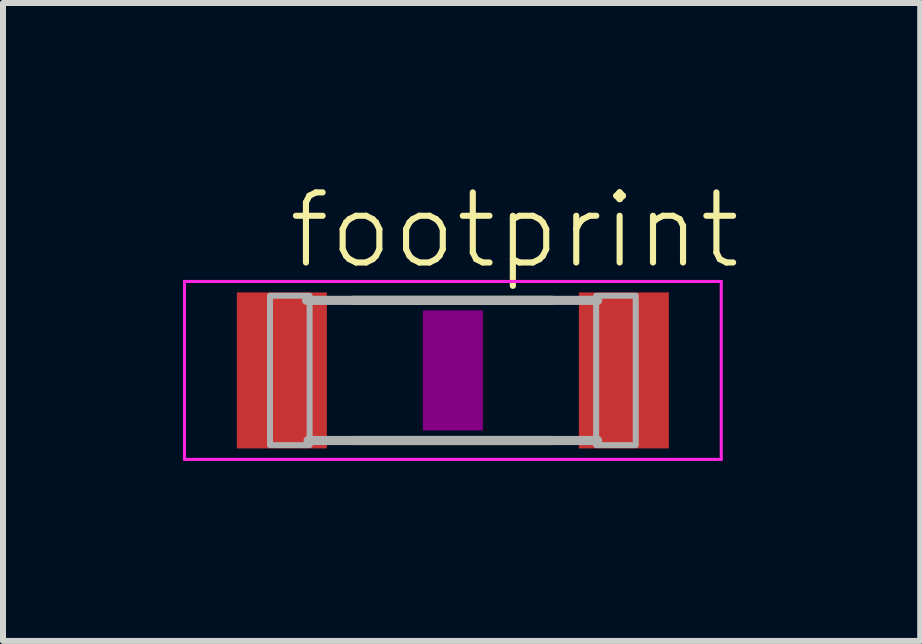
<source format=kicad_pcb>
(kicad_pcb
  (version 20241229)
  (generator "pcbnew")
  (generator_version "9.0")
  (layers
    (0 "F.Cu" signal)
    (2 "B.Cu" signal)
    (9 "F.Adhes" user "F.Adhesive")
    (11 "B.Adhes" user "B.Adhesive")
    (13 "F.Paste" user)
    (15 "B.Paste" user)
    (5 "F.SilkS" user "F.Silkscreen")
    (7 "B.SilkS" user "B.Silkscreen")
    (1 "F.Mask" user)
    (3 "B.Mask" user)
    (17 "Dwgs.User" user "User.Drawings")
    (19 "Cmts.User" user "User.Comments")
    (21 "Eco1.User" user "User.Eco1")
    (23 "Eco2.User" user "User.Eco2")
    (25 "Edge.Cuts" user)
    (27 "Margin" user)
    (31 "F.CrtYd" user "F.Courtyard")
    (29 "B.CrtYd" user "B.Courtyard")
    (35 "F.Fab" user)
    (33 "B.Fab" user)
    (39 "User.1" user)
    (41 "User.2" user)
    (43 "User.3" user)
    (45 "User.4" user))
  (footprint "footprint"
    (layer "F.Cu")
    (at 4.498 3.124)
    (property "Reference" "footprint" (at -2.794 -1.651 0) (layer "F.SilkS") (effects (font (size 1.168 1.168) (thickness 0.102)) (justify left bottom)))
    (fp_line (start 1.651 -1.168) (end -1.676 -1.168) (stroke (width 0.152) (type solid)) (layer "F.SilkS"))
    (fp_line (start 1.651 1.168) (end -1.651 1.168) (stroke (width 0.152) (type solid)) (layer "F.SilkS"))
    (fp_poly (pts (xy -0.5 1) (xy 0.5 1) (xy 0.5 -1) (xy -0.5 -1)) (stroke (width 0) (type solid)) (fill yes) (layer "F.Adhes"))
    (fp_line (start -4.473 -1.483) (end 4.473 -1.483) (stroke (width 0.051) (type solid)) (layer "F.CrtYd"))
    (fp_line (start -4.473 1.483) (end -4.473 -1.483) (stroke (width 0.051) (type solid)) (layer "F.CrtYd"))
    (fp_line (start 4.473 -1.483) (end 4.473 1.483) (stroke (width 0.051) (type solid)) (layer "F.CrtYd"))
    (fp_line (start 4.473 1.483) (end -4.473 1.483) (stroke (width 0.051) (type solid)) (layer "F.CrtYd"))
    (fp_line (start 2.413 -1.168) (end -2.438 -1.168) (stroke (width 0.152) (type solid)) (layer "F.Fab"))
    (fp_line (start 2.413 1.168) (end -2.413 1.168) (stroke (width 0.152) (type solid)) (layer "F.Fab"))
    (fp_poly (pts (xy -3.048 1.245) (xy -2.388 1.245) (xy -2.388 -1.245) (xy -3.048 -1.245)) (stroke (width 0.1) (type solid)) (fill no) (layer "F.Fab"))
    (fp_poly (pts (xy 2.388 1.245) (xy 3.048 1.245) (xy 3.048 -1.245) (xy 2.388 -1.245)) (stroke (width 0.1) (type solid)) (fill no) (layer "F.Fab"))
    (pad "1" smd rect (at -2.85 0) (size 1.5 2.6) (layers "F.Cu" "F.Mask" "F.Paste"))
    (pad "2" smd rect (at 2.85 0) (size 1.5 2.6) (layers "F.Cu" "F.Mask" "F.Paste")))
  (gr_rect
    (start -3 -3)
    (end 12.287 7.633)
    (stroke (width 0.1) (type default))
    (fill no)
    (layer "Edge.Cuts")))
</source>
